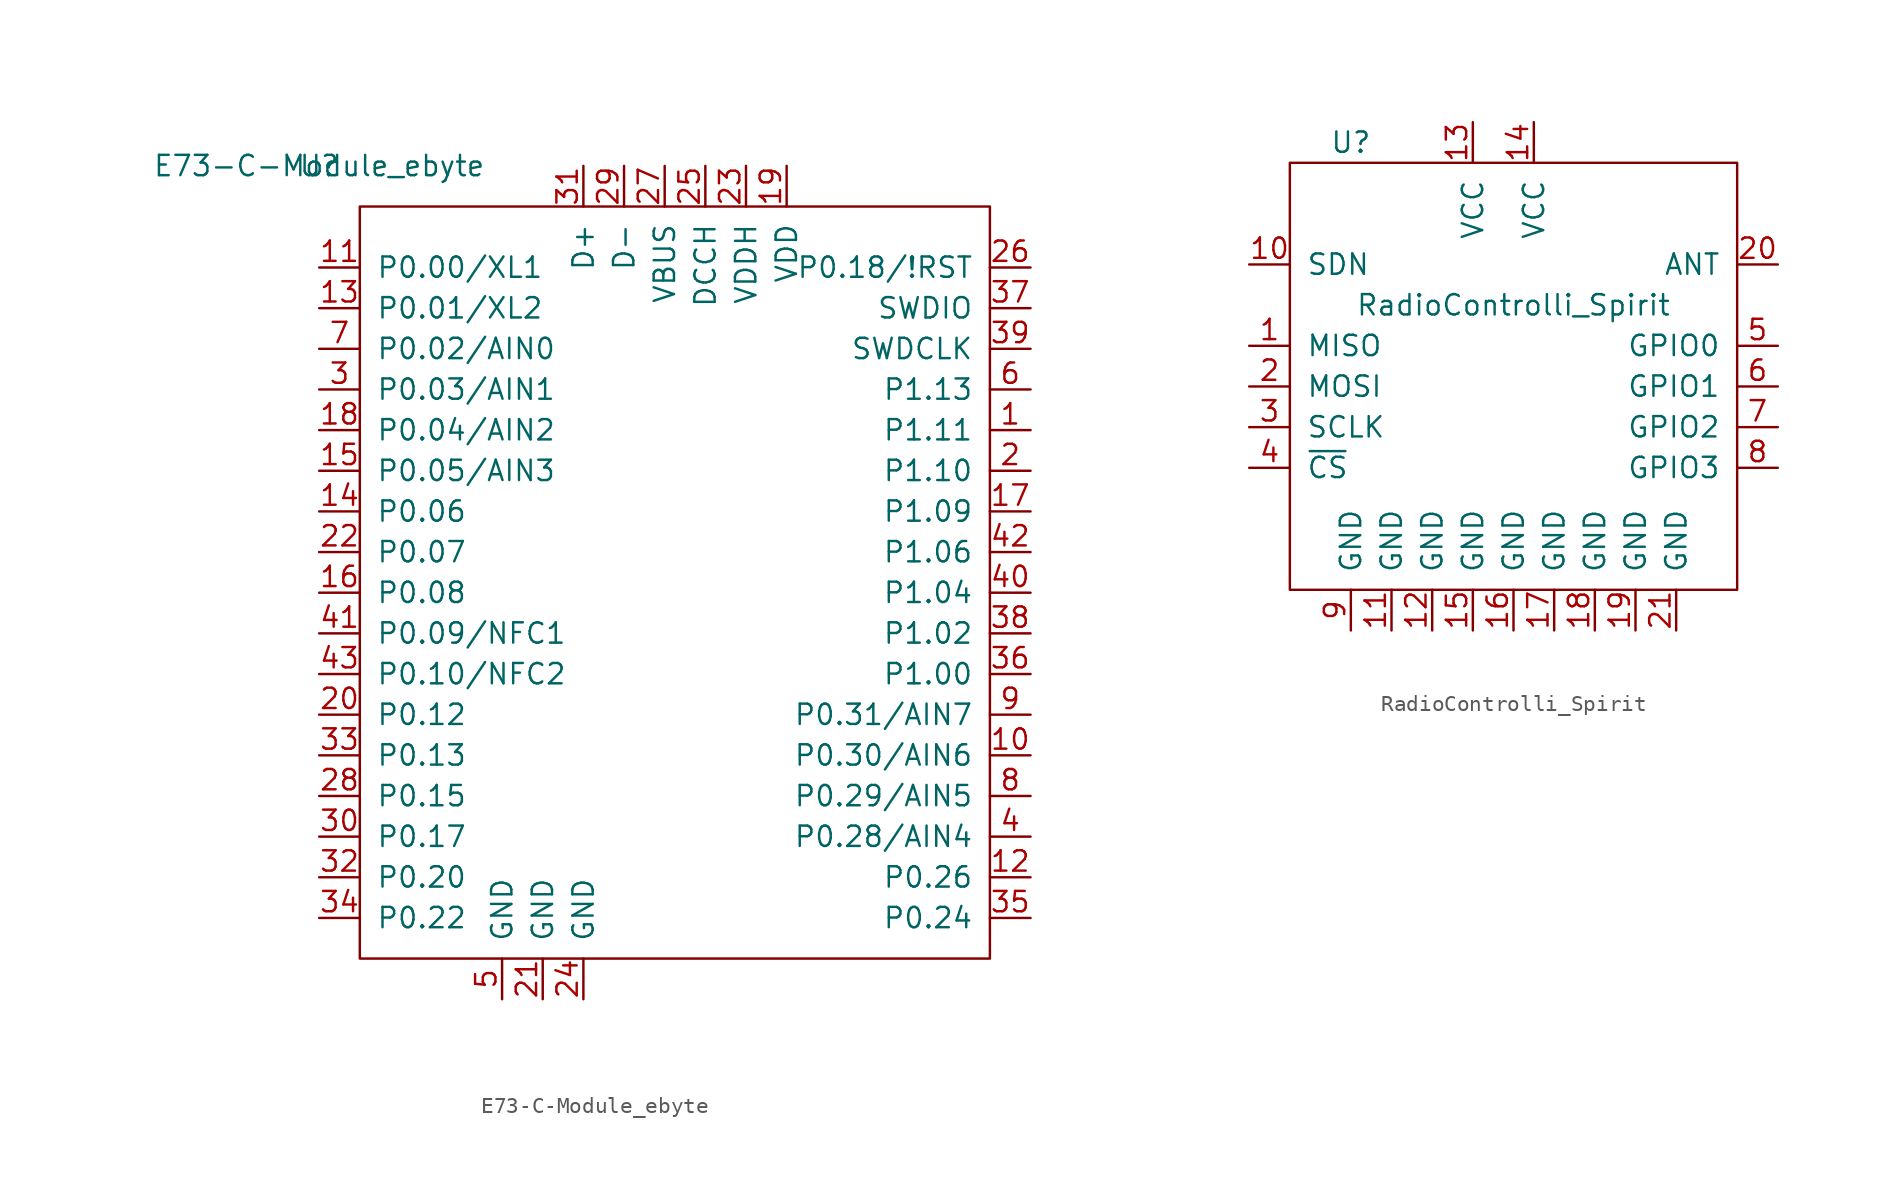
<source format=kicad_sym>
(kicad_symbol_lib
  (version 20220914)
  (generator kicad_symbol_editor)
  (symbol "E73-C-Module_ebyte"
    (pin_names
      (offset 1.016))
    (property "Reference" "U"
      (at 0 0 0)
      (effects (font (size 1.27 1.27))))
    (property "Value" "E73-C-Module_ebyte"
      (at 0 0 0)
      (effects (font (size 1.27 1.27))))
    (symbol "E73-C-Module_ebyte_0_1"
      (rectangle (start 2.54 -2.54) (end 41.91 -49.53) (stroke (width 0) (type solid)) (fill (type none))))
    (symbol "E73-C-Module_ebyte_1_1"
      (pin input line (at 44.45 -16.51 180) (length 2.54) (name "P1.11" (effects (font (size 1.27 1.27)))) (number "1" (effects (font (size 1.27 1.27)))))
      (pin input line (at 44.45 -36.83 180) (length 2.54) (name "P0.30/AIN6" (effects (font (size 1.27 1.27)))) (number "10" (effects (font (size 1.27 1.27)))))
      (pin input line (at 0 -6.35 0) (length 2.54) (name "P0.00/XL1" (effects (font (size 1.27 1.27)))) (number "11" (effects (font (size 1.27 1.27)))))
      (pin input line (at 44.45 -44.45 180) (length 2.54) (name "P0.26" (effects (font (size 1.27 1.27)))) (number "12" (effects (font (size 1.27 1.27)))))
      (pin input line (at 0 -8.89 0) (length 2.54) (name "P0.01/XL2" (effects (font (size 1.27 1.27)))) (number "13" (effects (font (size 1.27 1.27)))))
      (pin input line (at 0 -21.59 0) (length 2.54) (name "P0.06" (effects (font (size 1.27 1.27)))) (number "14" (effects (font (size 1.27 1.27)))))
      (pin input line (at 0 -19.05 0) (length 2.54) (name "P0.05/AIN3" (effects (font (size 1.27 1.27)))) (number "15" (effects (font (size 1.27 1.27)))))
      (pin input line (at 0 -26.67 0) (length 2.54) (name "P0.08" (effects (font (size 1.27 1.27)))) (number "16" (effects (font (size 1.27 1.27)))))
      (pin input line (at 44.45 -21.59 180) (length 2.54) (name "P1.09" (effects (font (size 1.27 1.27)))) (number "17" (effects (font (size 1.27 1.27)))))
      (pin input line (at 0 -16.51 0) (length 2.54) (name "P0.04/AIN2" (effects (font (size 1.27 1.27)))) (number "18" (effects (font (size 1.27 1.27)))))
      (pin input line (at 29.21 0 270) (length 2.54) (name "VDD" (effects (font (size 1.27 1.27)))) (number "19" (effects (font (size 1.27 1.27)))))
      (pin input line (at 44.45 -19.05 180) (length 2.54) (name "P1.10" (effects (font (size 1.27 1.27)))) (number "2" (effects (font (size 1.27 1.27)))))
      (pin input line (at 0 -34.29 0) (length 2.54) (name "P0.12" (effects (font (size 1.27 1.27)))) (number "20" (effects (font (size 1.27 1.27)))))
      (pin input line (at 13.97 -52.07 90) (length 2.54) (name "GND" (effects (font (size 1.27 1.27)))) (number "21" (effects (font (size 1.27 1.27)))))
      (pin input line (at 0 -24.13 0) (length 2.54) (name "P0.07" (effects (font (size 1.27 1.27)))) (number "22" (effects (font (size 1.27 1.27)))))
      (pin input line (at 26.67 0 270) (length 2.54) (name "VDDH" (effects (font (size 1.27 1.27)))) (number "23" (effects (font (size 1.27 1.27)))))
      (pin input line (at 16.51 -52.07 90) (length 2.54) (name "GND" (effects (font (size 1.27 1.27)))) (number "24" (effects (font (size 1.27 1.27)))))
      (pin input line (at 24.13 0 270) (length 2.54) (name "DCCH" (effects (font (size 1.27 1.27)))) (number "25" (effects (font (size 1.27 1.27)))))
      (pin input line (at 44.45 -6.35 180) (length 2.54) (name "P0.18/!RST" (effects (font (size 1.27 1.27)))) (number "26" (effects (font (size 1.27 1.27)))))
      (pin input line (at 21.59 0 270) (length 2.54) (name "VBUS" (effects (font (size 1.27 1.27)))) (number "27" (effects (font (size 1.27 1.27)))))
      (pin input line (at 0 -39.37 0) (length 2.54) (name "P0.15" (effects (font (size 1.27 1.27)))) (number "28" (effects (font (size 1.27 1.27)))))
      (pin input line (at 19.05 0 270) (length 2.54) (name "D-" (effects (font (size 1.27 1.27)))) (number "29" (effects (font (size 1.27 1.27)))))
      (pin input line (at 0 -13.97 0) (length 2.54) (name "P0.03/AIN1" (effects (font (size 1.27 1.27)))) (number "3" (effects (font (size 1.27 1.27)))))
      (pin input line (at 0 -41.91 0) (length 2.54) (name "P0.17" (effects (font (size 1.27 1.27)))) (number "30" (effects (font (size 1.27 1.27)))))
      (pin input line (at 16.51 0 270) (length 2.54) (name "D+" (effects (font (size 1.27 1.27)))) (number "31" (effects (font (size 1.27 1.27)))))
      (pin input line (at 0 -44.45 0) (length 2.54) (name "P0.20" (effects (font (size 1.27 1.27)))) (number "32" (effects (font (size 1.27 1.27)))))
      (pin input line (at 0 -36.83 0) (length 2.54) (name "P0.13" (effects (font (size 1.27 1.27)))) (number "33" (effects (font (size 1.27 1.27)))))
      (pin input line (at 0 -46.99 0) (length 2.54) (name "P0.22" (effects (font (size 1.27 1.27)))) (number "34" (effects (font (size 1.27 1.27)))))
      (pin input line (at 44.45 -46.99 180) (length 2.54) (name "P0.24" (effects (font (size 1.27 1.27)))) (number "35" (effects (font (size 1.27 1.27)))))
      (pin input line (at 44.45 -31.75 180) (length 2.54) (name "P1.00" (effects (font (size 1.27 1.27)))) (number "36" (effects (font (size 1.27 1.27)))))
      (pin input line (at 44.45 -8.89 180) (length 2.54) (name "SWDIO" (effects (font (size 1.27 1.27)))) (number "37" (effects (font (size 1.27 1.27)))))
      (pin input line (at 44.45 -29.21 180) (length 2.54) (name "P1.02" (effects (font (size 1.27 1.27)))) (number "38" (effects (font (size 1.27 1.27)))))
      (pin input line (at 44.45 -11.43 180) (length 2.54) (name "SWDCLK" (effects (font (size 1.27 1.27)))) (number "39" (effects (font (size 1.27 1.27)))))
      (pin input line (at 44.45 -41.91 180) (length 2.54) (name "P0.28/AIN4" (effects (font (size 1.27 1.27)))) (number "4" (effects (font (size 1.27 1.27)))))
      (pin input line (at 44.45 -26.67 180) (length 2.54) (name "P1.04" (effects (font (size 1.27 1.27)))) (number "40" (effects (font (size 1.27 1.27)))))
      (pin input line (at 0 -29.21 0) (length 2.54) (name "P0.09/NFC1" (effects (font (size 1.27 1.27)))) (number "41" (effects (font (size 1.27 1.27)))))
      (pin input line (at 44.45 -24.13 180) (length 2.54) (name "P1.06" (effects (font (size 1.27 1.27)))) (number "42" (effects (font (size 1.27 1.27)))))
      (pin input line (at 0 -31.75 0) (length 2.54) (name "P0.10/NFC2" (effects (font (size 1.27 1.27)))) (number "43" (effects (font (size 1.27 1.27)))))
      (pin input line (at 11.43 -52.07 90) (length 2.54) (name "GND" (effects (font (size 1.27 1.27)))) (number "5" (effects (font (size 1.27 1.27)))))
      (pin input line (at 44.45 -13.97 180) (length 2.54) (name "P1.13" (effects (font (size 1.27 1.27)))) (number "6" (effects (font (size 1.27 1.27)))))
      (pin input line (at 0 -11.43 0) (length 2.54) (name "P0.02/AIN0" (effects (font (size 1.27 1.27)))) (number "7" (effects (font (size 1.27 1.27)))))
      (pin input line (at 44.45 -39.37 180) (length 2.54) (name "P0.29/AIN5" (effects (font (size 1.27 1.27)))) (number "8" (effects (font (size 1.27 1.27)))))
      (pin input line (at 44.45 -34.29 180) (length 2.54) (name "P0.31/AIN7" (effects (font (size 1.27 1.27)))) (number "9" (effects (font (size 1.27 1.27)))))))
  (symbol "RadioControlli_Spirit"
    (pin_names
      (offset 1.016))
    (property "Reference" "U"
      (at -8.89 10.16 0)
      (effects (font (size 1.27 1.27))))
    (property "Value" "RadioControlli_Spirit"
      (at 1.27 0 0)
      (effects (font (size 1.27 1.27))))
    (symbol "RadioControlli_Spirit_0_1"
      (rectangle (start -12.7 8.89) (end 15.24 -17.78) (stroke (width 0) (type solid)) (fill (type none))))
    (symbol "RadioControlli_Spirit_1_1"
      (pin output line (at -15.24 -2.54 0) (length 2.54) (name "MISO" (effects (font (size 1.27 1.27)))) (number "1" (effects (font (size 1.27 1.27)))))
      (pin input line (at -15.24 2.54 0) (length 2.54) (name "SDN" (effects (font (size 1.27 1.27)))) (number "10" (effects (font (size 1.27 1.27)))))
      (pin power_in line (at -6.35 -20.32 90) (length 2.54) (name "GND" (effects (font (size 1.27 1.27)))) (number "11" (effects (font (size 1.27 1.27)))))
      (pin power_in line (at -3.81 -20.32 90) (length 2.54) (name "GND" (effects (font (size 1.27 1.27)))) (number "12" (effects (font (size 1.27 1.27)))))
      (pin power_in line (at -1.27 11.43 270) (length 2.54) (name "VCC" (effects (font (size 1.27 1.27)))) (number "13" (effects (font (size 1.27 1.27)))))
      (pin power_in line (at 2.54 11.43 270) (length 2.54) (name "VCC" (effects (font (size 1.27 1.27)))) (number "14" (effects (font (size 1.27 1.27)))))
      (pin power_in line (at -1.27 -20.32 90) (length 2.54) (name "GND" (effects (font (size 1.27 1.27)))) (number "15" (effects (font (size 1.27 1.27)))))
      (pin power_in line (at 1.27 -20.32 90) (length 2.54) (name "GND" (effects (font (size 1.27 1.27)))) (number "16" (effects (font (size 1.27 1.27)))))
      (pin power_in line (at 3.81 -20.32 90) (length 2.54) (name "GND" (effects (font (size 1.27 1.27)))) (number "17" (effects (font (size 1.27 1.27)))))
      (pin power_in line (at 6.35 -20.32 90) (length 2.54) (name "GND" (effects (font (size 1.27 1.27)))) (number "18" (effects (font (size 1.27 1.27)))))
      (pin power_in line (at 8.89 -20.32 90) (length 2.54) (name "GND" (effects (font (size 1.27 1.27)))) (number "19" (effects (font (size 1.27 1.27)))))
      (pin input line (at -15.24 -5.08 0) (length 2.54) (name "MOSI" (effects (font (size 1.27 1.27)))) (number "2" (effects (font (size 1.27 1.27)))))
      (pin bidirectional line (at 17.78 2.54 180) (length 2.54) (name "ANT" (effects (font (size 1.27 1.27)))) (number "20" (effects (font (size 1.27 1.27)))))
      (pin power_in line (at 11.43 -20.32 90) (length 2.54) (name "GND" (effects (font (size 1.27 1.27)))) (number "21" (effects (font (size 1.27 1.27)))))
      (pin input line (at -15.24 -7.62 0) (length 2.54) (name "SCLK" (effects (font (size 1.27 1.27)))) (number "3" (effects (font (size 1.27 1.27)))))
      (pin input line (at -15.24 -10.16 0) (length 2.54) (name "~{CS}" (effects (font (size 1.27 1.27)))) (number "4" (effects (font (size 1.27 1.27)))))
      (pin bidirectional line (at 17.78 -2.54 180) (length 2.54) (name "GPIO0" (effects (font (size 1.27 1.27)))) (number "5" (effects (font (size 1.27 1.27)))))
      (pin bidirectional line (at 17.78 -5.08 180) (length 2.54) (name "GPIO1" (effects (font (size 1.27 1.27)))) (number "6" (effects (font (size 1.27 1.27)))))
      (pin bidirectional line (at 17.78 -7.62 180) (length 2.54) (name "GPIO2" (effects (font (size 1.27 1.27)))) (number "7" (effects (font (size 1.27 1.27)))))
      (pin bidirectional line (at 17.78 -10.16 180) (length 2.54) (name "GPIO3" (effects (font (size 1.27 1.27)))) (number "8" (effects (font (size 1.27 1.27)))))
      (pin power_in line (at -8.89 -20.32 90) (length 2.54) (name "GND" (effects (font (size 1.27 1.27)))) (number "9" (effects (font (size 1.27 1.27))))))))
</source>
